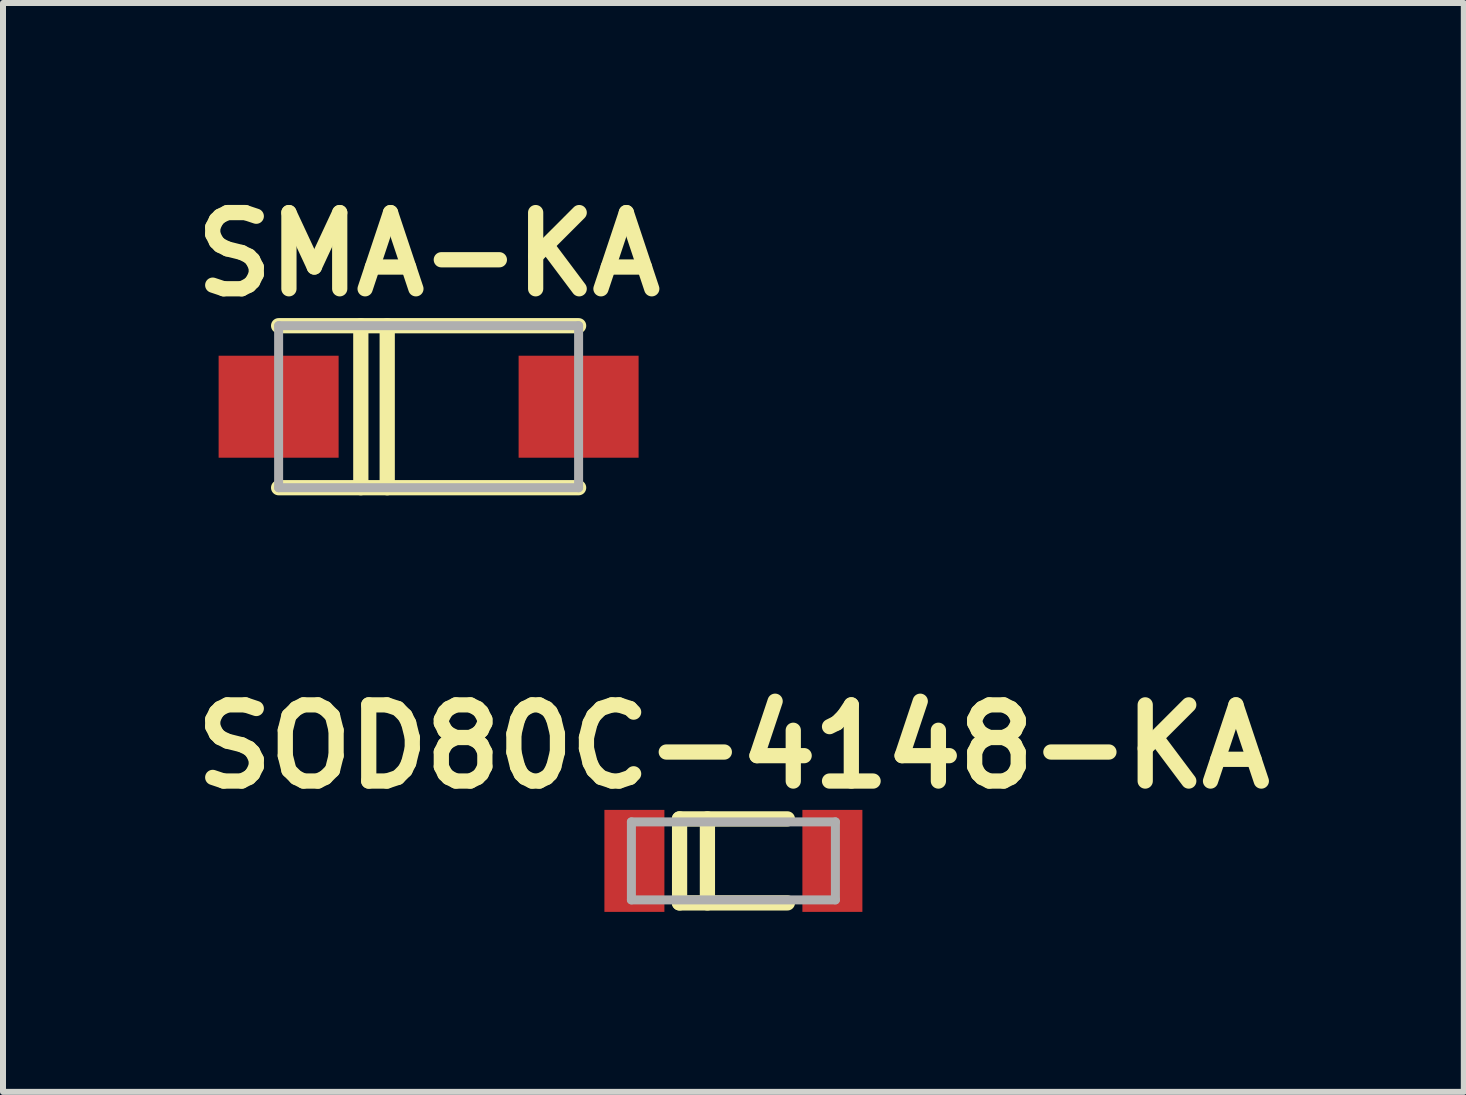
<source format=kicad_pcb>
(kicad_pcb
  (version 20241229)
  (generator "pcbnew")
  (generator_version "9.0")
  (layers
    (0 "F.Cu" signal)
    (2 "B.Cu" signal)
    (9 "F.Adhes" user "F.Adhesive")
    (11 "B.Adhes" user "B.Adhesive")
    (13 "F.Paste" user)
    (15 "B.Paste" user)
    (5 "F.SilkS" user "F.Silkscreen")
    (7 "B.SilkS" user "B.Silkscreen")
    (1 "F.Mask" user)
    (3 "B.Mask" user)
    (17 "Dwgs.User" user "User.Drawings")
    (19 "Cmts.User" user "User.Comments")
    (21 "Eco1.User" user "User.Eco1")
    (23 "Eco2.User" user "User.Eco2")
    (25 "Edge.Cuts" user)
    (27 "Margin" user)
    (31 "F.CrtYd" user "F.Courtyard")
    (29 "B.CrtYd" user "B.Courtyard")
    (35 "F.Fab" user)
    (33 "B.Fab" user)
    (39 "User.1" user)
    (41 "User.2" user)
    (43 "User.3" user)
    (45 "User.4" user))
  (footprint "SOD80C-4148-KA"
    (layer "F.Cu")
    (at 9.174 11.299)
    (property "Reference" "SOD80C-4148-KA" (at 0 -1.905 0) (layer "F.SilkS") (effects (font (size 1.27 1.27) (thickness 0.254))))
    (attr smd)
    (fp_line (start -0.9 0.7) (end 0.9 0.7) (stroke (width 0.254) (type solid)) (layer "F.SilkS"))
    (fp_line (start -0.897 -0.7) (end -0.897 0.7) (stroke (width 0.254) (type solid)) (layer "F.SilkS"))
    (fp_line (start -0.433 -0.7) (end -0.433 0.7) (stroke (width 0.254) (type solid)) (layer "F.SilkS"))
    (fp_line (start 0.9 -0.7) (end -0.9 -0.7) (stroke (width 0.254) (type solid)) (layer "F.SilkS"))
    (fp_line (start -1.7 -0.65) (end 1.7 -0.65) (stroke (width 0.15) (type solid)) (layer "F.Fab"))
    (fp_line (start -1.7 0.65) (end -1.7 -0.65) (stroke (width 0.15) (type solid)) (layer "F.Fab"))
    (fp_line (start 1.7 -0.65) (end 1.7 0.65) (stroke (width 0.15) (type solid)) (layer "F.Fab"))
    (fp_line (start 1.7 0.65) (end -1.7 0.65) (stroke (width 0.15) (type solid)) (layer "F.Fab"))
    (pad "1" smd rect (at -1.65 0) (size 1 1.7) (layers "F.Cu" "F.Mask" "F.Paste"))
    (pad "2" smd rect (at 1.65 0) (size 1 1.7) (layers "F.Cu" "F.Mask" "F.Paste")))
  (footprint "SMA-KA"
    (layer "F.Cu")
    (at 4.094 3.729)
    (property "Reference" "SMA-KA" (at 0 -2.54 0) (layer "F.SilkS") (effects (font (size 1.27 1.27) (thickness 0.254))))
    (attr smd)
    (fp_line (start -2.5 1.35) (end 2.5 1.35) (stroke (width 0.254) (type solid)) (layer "F.SilkS"))
    (fp_line (start -1.13 -1.35) (end -1.13 1.35) (stroke (width 0.254) (type solid)) (layer "F.SilkS"))
    (fp_line (start -0.69 -1.35) (end -0.69 1.35) (stroke (width 0.254) (type solid)) (layer "F.SilkS"))
    (fp_line (start 2.5 -1.35) (end -2.5 -1.35) (stroke (width 0.254) (type solid)) (layer "F.SilkS"))
    (fp_line (start -2.5 -1.35) (end 2.5 -1.35) (stroke (width 0.15) (type solid)) (layer "F.Fab"))
    (fp_line (start -2.5 1.35) (end -2.5 -1.35) (stroke (width 0.15) (type solid)) (layer "F.Fab"))
    (fp_line (start 2.5 -1.35) (end 2.5 1.35) (stroke (width 0.15) (type solid)) (layer "F.Fab"))
    (fp_line (start 2.5 1.35) (end -2.5 1.35) (stroke (width 0.15) (type solid)) (layer "F.Fab"))
    (pad "1" smd rect (at -2.5 0) (size 2 1.7) (layers "F.Cu" "F.Mask" "F.Paste"))
    (pad "2" smd rect (at 2.5 0) (size 2 1.7) (layers "F.Cu" "F.Mask" "F.Paste")))
  (gr_rect
    (start -3 -3)
    (end 21.348 15.149)
    (stroke (width 0.1) (type default))
    (fill no)
    (layer "Edge.Cuts")))
</source>
